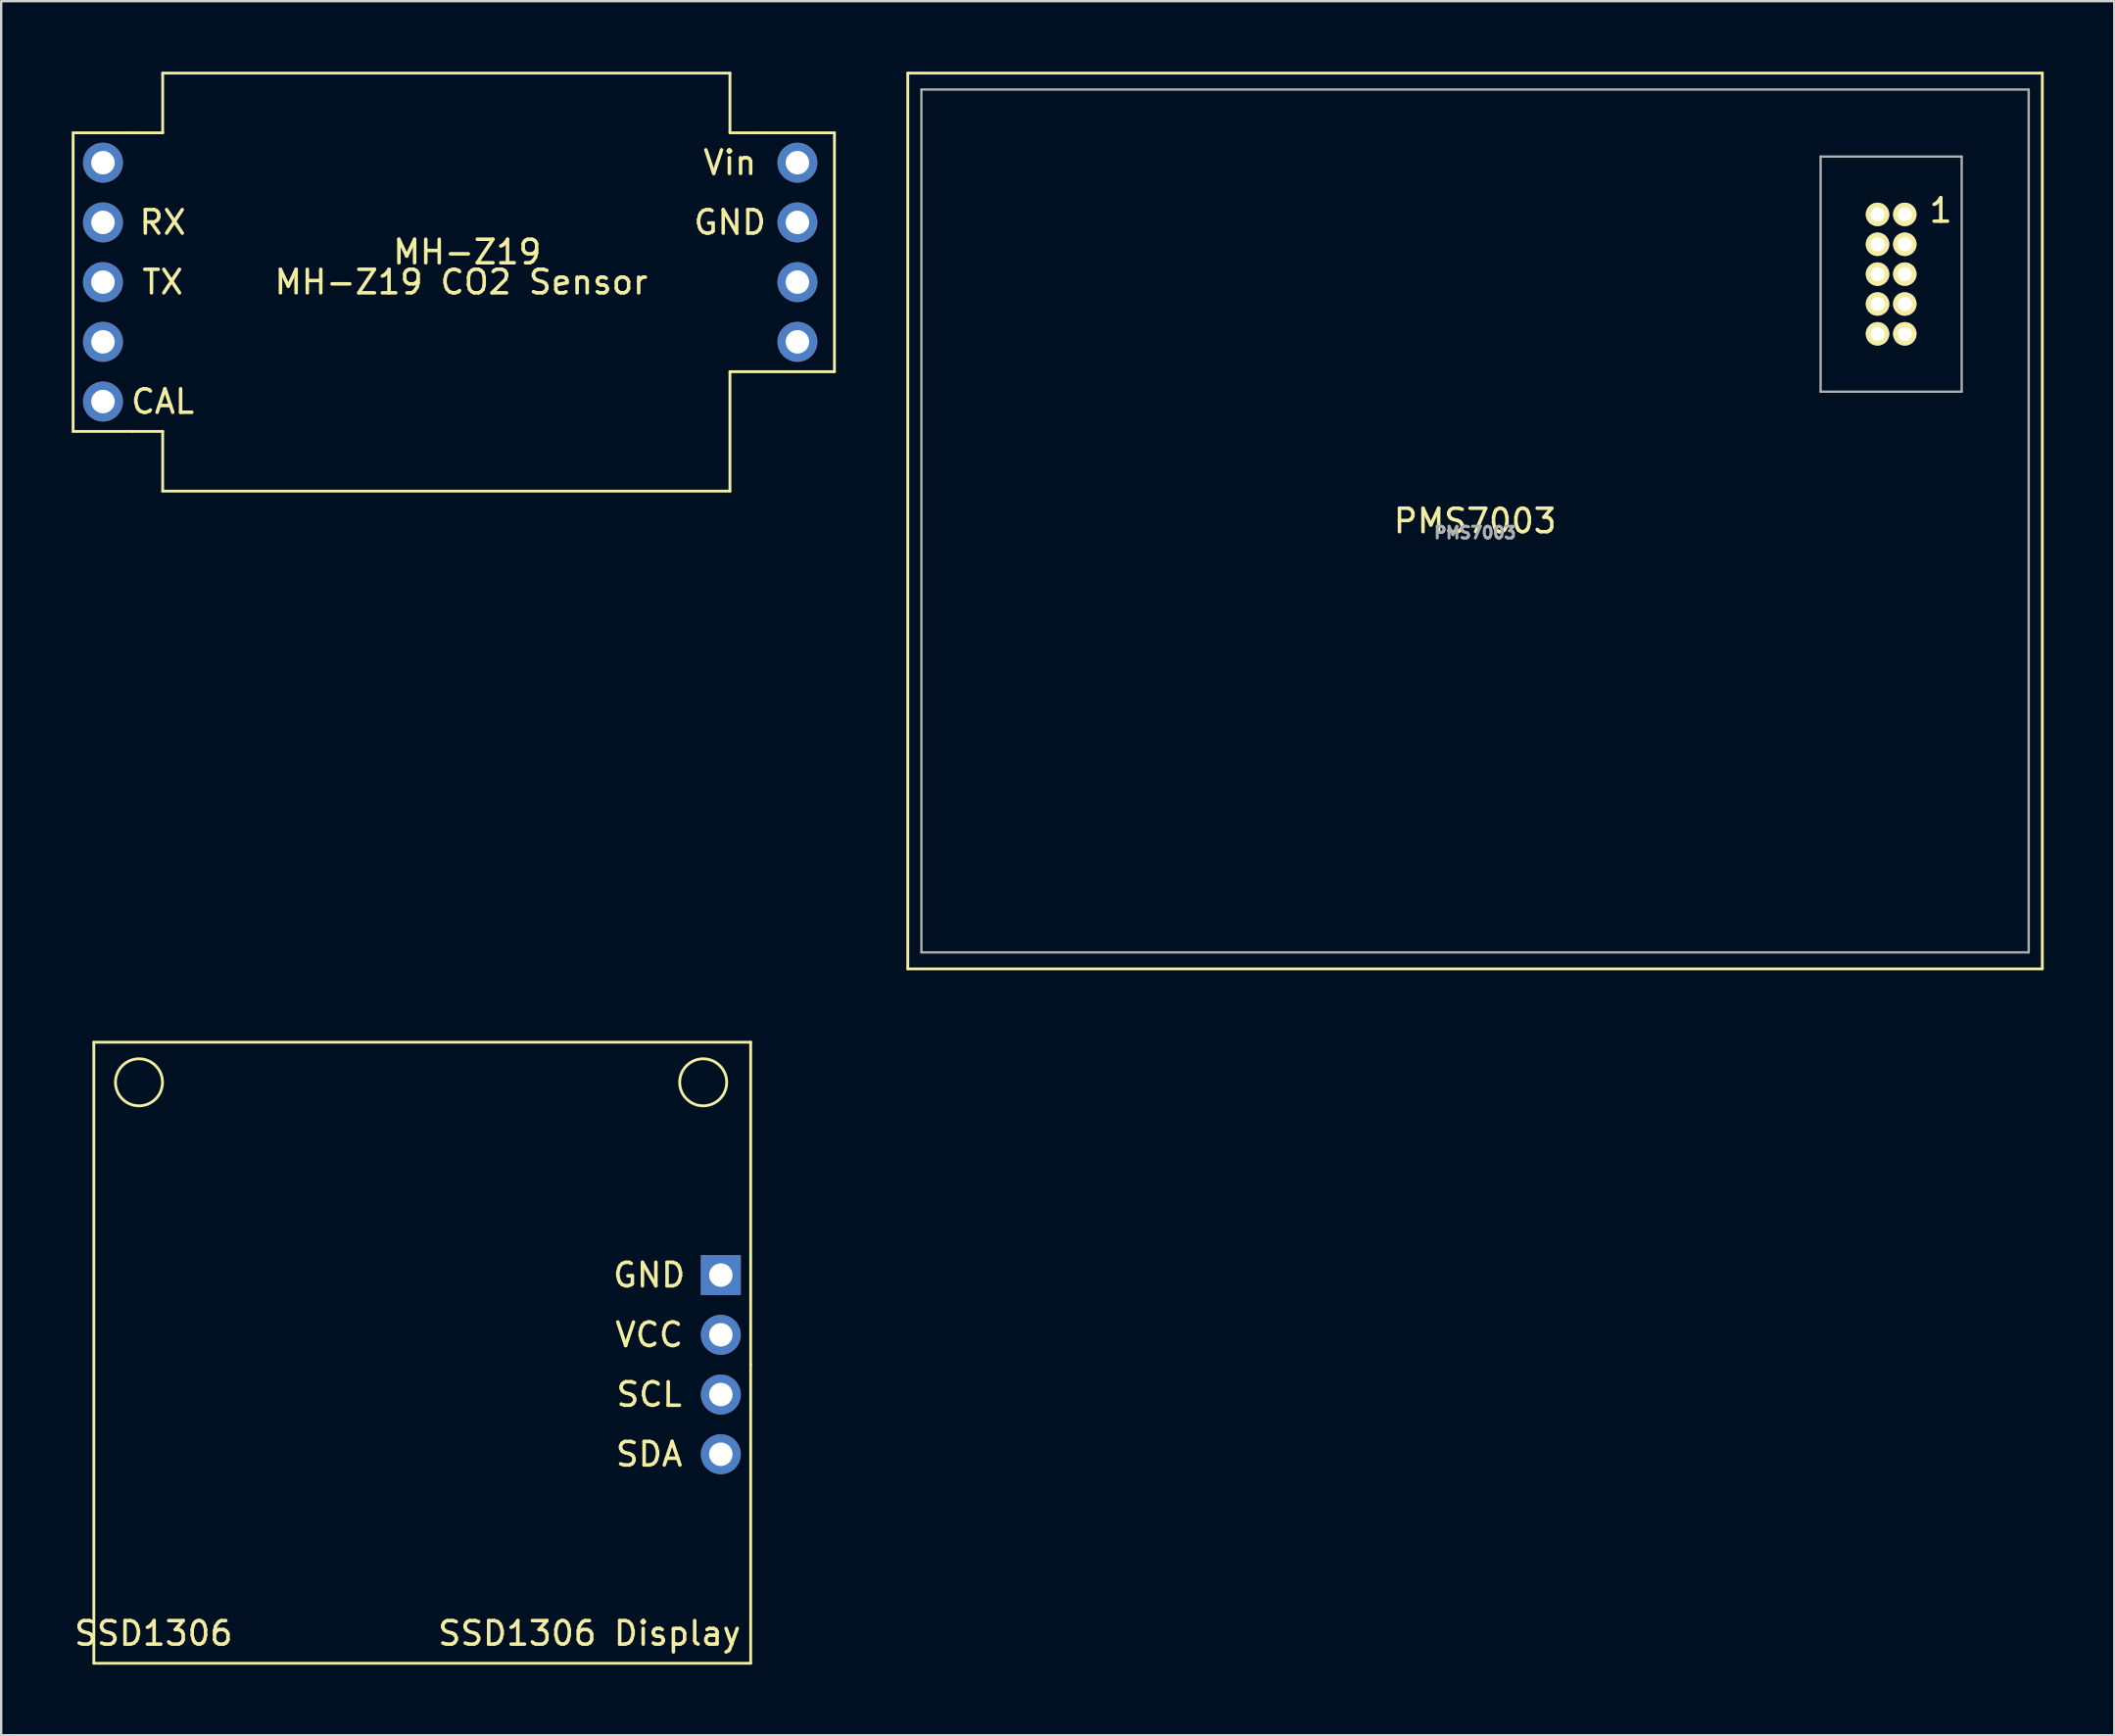
<source format=kicad_pcb>
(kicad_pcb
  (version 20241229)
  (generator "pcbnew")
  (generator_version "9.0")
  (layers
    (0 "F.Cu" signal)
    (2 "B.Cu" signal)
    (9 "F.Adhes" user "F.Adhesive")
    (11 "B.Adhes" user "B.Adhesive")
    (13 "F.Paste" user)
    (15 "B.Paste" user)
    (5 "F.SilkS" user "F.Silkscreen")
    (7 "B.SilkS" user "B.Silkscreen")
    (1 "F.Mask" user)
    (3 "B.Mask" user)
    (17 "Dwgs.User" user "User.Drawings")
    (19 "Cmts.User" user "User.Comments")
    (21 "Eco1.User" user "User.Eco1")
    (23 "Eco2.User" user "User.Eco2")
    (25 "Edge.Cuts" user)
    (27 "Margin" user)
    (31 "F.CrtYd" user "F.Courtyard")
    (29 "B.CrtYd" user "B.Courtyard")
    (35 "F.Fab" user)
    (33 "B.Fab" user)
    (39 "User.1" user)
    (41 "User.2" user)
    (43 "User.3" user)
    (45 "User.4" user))
  (footprint "SSD1306"
    (layer "F.Cu")
    (at 27.612 51.186)
    (property "Reference" "SSD1306" (at -24.13 15.24 0) (layer "F.SilkS") (effects (font (size 1 1) (thickness 0.15))))
    (attr through_hole)
    (fp_line (start -26.67 -9.906) (end -26.67 16.51) (stroke (width 0.12) (type solid)) (layer "F.SilkS"))
    (fp_line (start 1.27 -9.906) (end -26.67 -9.906) (stroke (width 0.12) (type solid)) (layer "F.SilkS"))
    (fp_line (start 1.27 3.81) (end 1.27 -9.906) (stroke (width 0.12) (type solid)) (layer "F.SilkS"))
    (fp_line (start 1.27 3.81) (end 1.27 16.51) (stroke (width 0.12) (type solid)) (layer "F.SilkS"))
    (fp_line (start 1.27 16.51) (end -26.67 16.51) (stroke (width 0.12) (type solid)) (layer "F.SilkS"))
    (fp_circle (center -24.75 -8.2) (end -23.75 -8.2) (stroke (width 0.12) (type solid)) (fill no) (layer "F.SilkS"))
    (fp_circle (center -0.75 -8.2) (end 0.25 -8.2) (stroke (width 0.12) (type solid)) (fill no) (layer "F.SilkS"))
    (fp_text user "SCL" (at -3.048 5.08 0) (layer "F.SilkS") (effects (font (size 1 1) (thickness 0.15))))
    (fp_text user "GND" (at -3.048 0 0) (layer "F.SilkS") (effects (font (size 1 1) (thickness 0.15))))
    (fp_text user "SSD1306 Display" (at -5.588 15.24 0) (layer "F.SilkS") (effects (font (size 1 1) (thickness 0.15))))
    (fp_text user "VCC" (at -3.048 2.54 0) (layer "F.SilkS") (effects (font (size 1 1) (thickness 0.15))))
    (fp_text user "SDA" (at -3.048 7.62 0) (layer "F.SilkS") (effects (font (size 1 1) (thickness 0.15))))
    (pad "1" thru_hole rect (at 0 0) (size 1.7 1.7) (drill 1) (layers "*.Cu" "*.Mask"))
    (pad "2" thru_hole circle (at 0 2.54) (size 1.7 1.7) (drill 1) (layers "*.Cu" "*.Mask"))
    (pad "3" thru_hole circle (at 0 5.08) (size 1.7 1.7) (drill 1) (layers "*.Cu" "*.Mask"))
    (pad "4" thru_hole circle (at 0 7.62) (size 1.7 1.7) (drill 1) (layers "*.Cu" "*.Mask")))
  (footprint "PMS7003"
    (layer "F.Cu")
    (at 59.695 19.11)
    (property "Reference" "PMS7003" (at 0 0.5 0) (layer "F.Fab") (effects (font (size 0.5 0.5) (thickness 0.125))))
    (attr through_hole)
    (fp_line (start -24.13 -19.05) (end 24.13 -19.05) (stroke (width 0.12) (type solid)) (layer "F.SilkS"))
    (fp_line (start -24.13 19.05) (end -24.13 -19.05) (stroke (width 0.12) (type solid)) (layer "F.SilkS"))
    (fp_line (start 24.13 -19.05) (end 24.13 19.05) (stroke (width 0.12) (type solid)) (layer "F.SilkS"))
    (fp_line (start 24.13 19.05) (end -24.13 19.05) (stroke (width 0.12) (type solid)) (layer "F.SilkS"))
    (fp_line (start -23.55 -18.35) (end 23.55 -18.35) (stroke (width 0.1) (type solid)) (layer "F.Fab"))
    (fp_line (start -23.55 18.35) (end -23.55 -18.35) (stroke (width 0.1) (type solid)) (layer "F.Fab"))
    (fp_line (start 14.7 -15.5) (end 14.7 -5.5) (stroke (width 0.1) (type solid)) (layer "F.Fab"))
    (fp_line (start 14.7 -5.5) (end 20.7 -5.5) (stroke (width 0.1) (type solid)) (layer "F.Fab"))
    (fp_line (start 20.7 -15.5) (end 14.7 -15.5) (stroke (width 0.1) (type solid)) (layer "F.Fab"))
    (fp_line (start 20.7 -5.5) (end 20.7 -15.5) (stroke (width 0.1) (type solid)) (layer "F.Fab"))
    (fp_line (start 23.55 -18.35) (end 23.55 18.35) (stroke (width 0.1) (type solid)) (layer "F.Fab"))
    (fp_line (start 23.55 18.35) (end -23.55 18.35) (stroke (width 0.1) (type solid)) (layer "F.Fab"))
    (fp_text user "PMS7003" (at 0 0 0) (layer "F.SilkS") (effects (font (size 1 1) (thickness 0.15))))
    (fp_text user "1" (at 19.812 -13.208 0) (layer "F.SilkS") (effects (font (size 1 1) (thickness 0.15))))
    (pad "1" thru_hole circle (at 18.28 -13.04) (size 1 1) (drill 0.6) (layers "*.Cu" "*.Mask" "F.SilkS"))
    (pad "2" thru_hole circle (at 17.12 -13.04) (size 1 1) (drill 0.6) (layers "*.Cu" "*.Mask" "F.SilkS"))
    (pad "3" thru_hole circle (at 18.28 -11.77) (size 1 1) (drill 0.6) (layers "*.Cu" "*.Mask" "F.SilkS"))
    (pad "4" thru_hole circle (at 17.12 -11.77) (size 1 1) (drill 0.6) (layers "*.Cu" "*.Mask" "F.SilkS"))
    (pad "5" thru_hole circle (at 18.28 -10.5) (size 1 1) (drill 0.6) (layers "*.Cu" "*.Mask" "F.SilkS"))
    (pad "6" thru_hole circle (at 17.12 -10.5) (size 1 1) (drill 0.6) (layers "*.Cu" "*.Mask" "F.SilkS"))
    (pad "7" thru_hole circle (at 18.28 -9.23) (size 1 1) (drill 0.6) (layers "*.Cu" "*.Mask" "F.SilkS"))
    (pad "8" thru_hole circle (at 17.12 -9.23) (size 1 1) (drill 0.6) (layers "*.Cu" "*.Mask" "F.SilkS"))
    (pad "9" thru_hole circle (at 18.28 -7.96) (size 1 1) (drill 0.6) (layers "*.Cu" "*.Mask" "F.SilkS"))
    (pad "10" thru_hole circle (at 17.12 -7.96) (size 1 1) (drill 0.6) (layers "*.Cu" "*.Mask" "F.SilkS")))
  (footprint "MH-Z19"
    (layer "F.Cu")
    (at 1.33 3.87)
    (property "Reference" "MH-Z19" (at 15.494 3.802 0) (layer "F.SilkS") (effects (font (size 1 1) (thickness 0.15))))
    (attr through_hole)
    (fp_line (start -1.27 -1.27) (end -1.27 11.43) (stroke (width 0.12) (type solid)) (layer "F.SilkS"))
    (fp_line (start -1.27 11.43) (end 1.27 11.43) (stroke (width 0.12) (type solid)) (layer "F.SilkS"))
    (fp_line (start 1.27 -1.27) (end -1.27 -1.27) (stroke (width 0.12) (type solid)) (layer "F.SilkS"))
    (fp_line (start 1.27 11.43) (end 2.54 11.43) (stroke (width 0.12) (type solid)) (layer "F.SilkS"))
    (fp_line (start 2.54 -3.81) (end 2.54 -1.27) (stroke (width 0.12) (type solid)) (layer "F.SilkS"))
    (fp_line (start 2.54 -1.27) (end 1.27 -1.27) (stroke (width 0.12) (type solid)) (layer "F.SilkS"))
    (fp_line (start 2.54 11.43) (end 2.54 13.97) (stroke (width 0.12) (type solid)) (layer "F.SilkS"))
    (fp_line (start 2.54 13.97) (end 26.67 13.97) (stroke (width 0.12) (type solid)) (layer "F.SilkS"))
    (fp_line (start 26.67 -3.81) (end 2.54 -3.81) (stroke (width 0.12) (type solid)) (layer "F.SilkS"))
    (fp_line (start 26.67 -1.27) (end 26.67 -3.81) (stroke (width 0.12) (type solid)) (layer "F.SilkS"))
    (fp_line (start 26.67 8.89) (end 27.94 8.89) (stroke (width 0.12) (type solid)) (layer "F.SilkS"))
    (fp_line (start 26.67 13.97) (end 26.67 8.89) (stroke (width 0.12) (type solid)) (layer "F.SilkS"))
    (fp_line (start 27.94 -1.27) (end 26.67 -1.27) (stroke (width 0.12) (type solid)) (layer "F.SilkS"))
    (fp_line (start 27.94 -1.27) (end 31.115 -1.27) (stroke (width 0.12) (type solid)) (layer "F.SilkS"))
    (fp_line (start 31.115 -1.27) (end 31.115 8.89) (stroke (width 0.12) (type solid)) (layer "F.SilkS"))
    (fp_line (start 31.115 8.89) (end 27.94 8.89) (stroke (width 0.12) (type solid)) (layer "F.SilkS"))
    (fp_text user "MH-Z19 CO2 Sensor" (at 15.24 5.08 0) (layer "F.SilkS") (effects (font (size 1 1) (thickness 0.15))))
    (fp_text user "GND" (at 26.67 2.54 0) (layer "F.SilkS") (effects (font (size 1 1) (thickness 0.15))))
    (fp_text user "CAL" (at 2.54 10.16 0) (layer "F.SilkS") (effects (font (size 1 1) (thickness 0.15))))
    (fp_text user "RX" (at 2.54 2.54 0) (layer "F.SilkS") (effects (font (size 1 1) (thickness 0.15))))
    (fp_text user "Vin" (at 26.67 0 0) (layer "F.SilkS") (effects (font (size 1 1) (thickness 0.15))))
    (fp_text user "TX" (at 2.54 5.08 0) (layer "F.SilkS") (effects (font (size 1 1) (thickness 0.15))))
    (pad "1" thru_hole circle (at 0 0) (size 1.7 1.7) (drill 1) (layers "*.Cu" "*.Mask"))
    (pad "2" thru_hole circle (at 0 2.54) (size 1.7 1.7) (drill 1) (layers "*.Cu" "*.Mask"))
    (pad "3" thru_hole circle (at 0 5.08) (size 1.7 1.7) (drill 1) (layers "*.Cu" "*.Mask"))
    (pad "4" thru_hole circle (at 0 7.62) (size 1.7 1.7) (drill 1) (layers "*.Cu" "*.Mask"))
    (pad "5" thru_hole circle (at 0 10.16) (size 1.7 1.7) (drill 1) (layers "*.Cu" "*.Mask"))
    (pad "6" thru_hole circle (at 29.54 0) (size 1.7 1.7) (drill 1) (layers "*.Cu" "*.Mask"))
    (pad "7" thru_hole circle (at 29.54 2.54) (size 1.7 1.7) (drill 1) (layers "*.Cu" "*.Mask"))
    (pad "8" thru_hole circle (at 29.54 5.08) (size 1.7 1.7) (drill 1) (layers "*.Cu" "*.Mask"))
    (pad "9" thru_hole circle (at 29.54 7.62) (size 1.7 1.7) (drill 1) (layers "*.Cu" "*.Mask")))
  (gr_rect
    (start -3 -3)
    (end 86.885 70.756)
    (stroke (width 0.1) (type default))
    (fill no)
    (layer "Edge.Cuts")))
</source>
